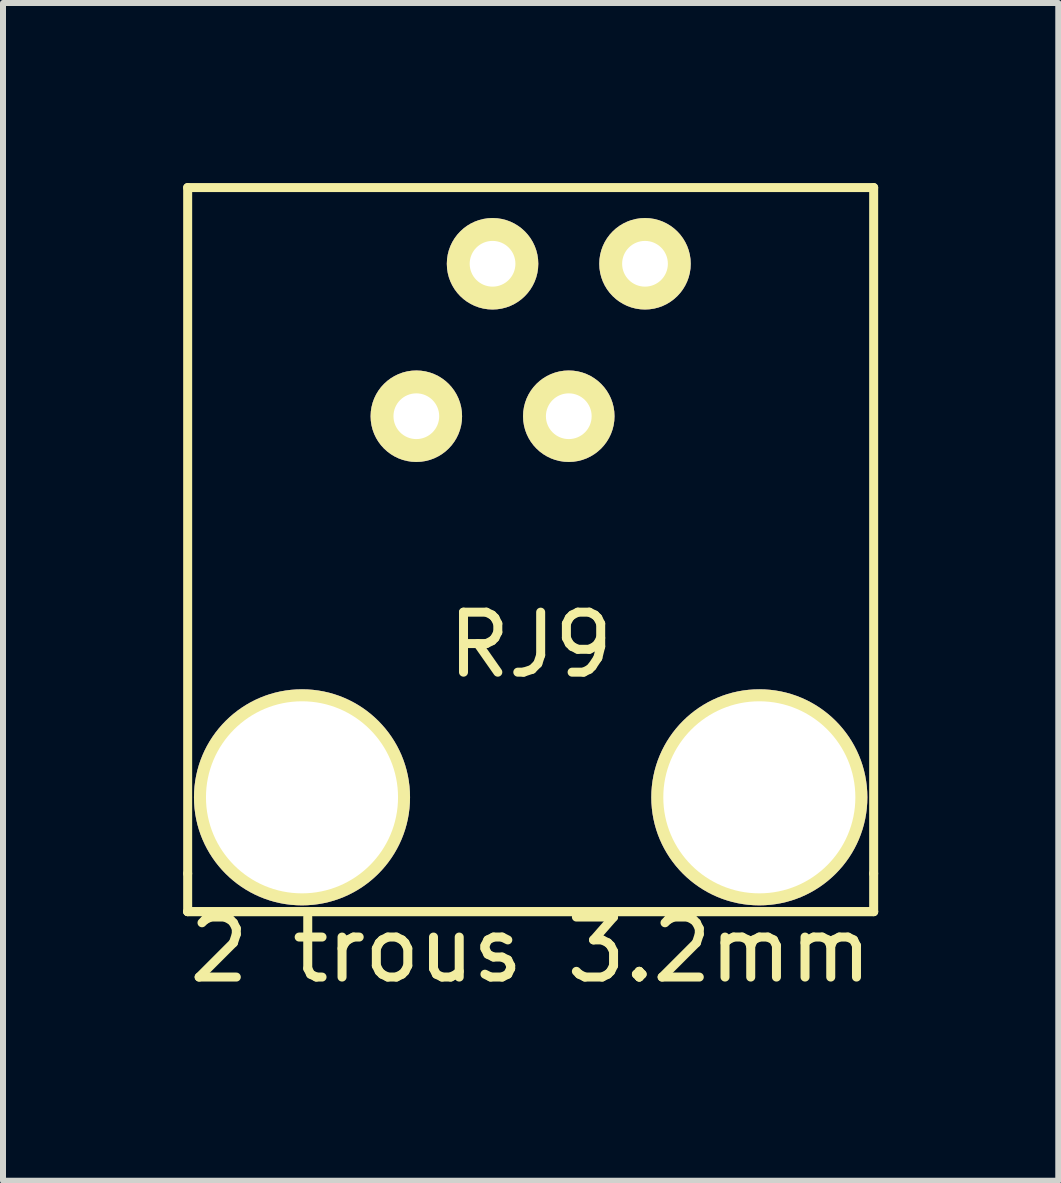
<source format=kicad_pcb>
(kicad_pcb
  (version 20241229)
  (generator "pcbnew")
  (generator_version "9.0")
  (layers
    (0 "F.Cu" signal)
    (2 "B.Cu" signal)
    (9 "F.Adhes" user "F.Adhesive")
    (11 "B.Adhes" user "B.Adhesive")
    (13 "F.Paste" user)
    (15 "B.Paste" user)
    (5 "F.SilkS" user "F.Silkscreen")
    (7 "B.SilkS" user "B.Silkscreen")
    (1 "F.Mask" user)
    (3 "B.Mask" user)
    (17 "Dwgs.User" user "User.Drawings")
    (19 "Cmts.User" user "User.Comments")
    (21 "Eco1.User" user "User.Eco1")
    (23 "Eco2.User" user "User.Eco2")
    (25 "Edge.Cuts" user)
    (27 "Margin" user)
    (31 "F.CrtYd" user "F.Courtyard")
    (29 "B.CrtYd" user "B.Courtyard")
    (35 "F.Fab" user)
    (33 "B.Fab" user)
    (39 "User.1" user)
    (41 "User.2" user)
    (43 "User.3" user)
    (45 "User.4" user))
  (footprint "RJ9"
    (layer "F.Cu")
    (at 5.792 10.235)
    (property "Reference" "RJ9" (at 0 -2.54 0) (layer "F.SilkS") (effects (font (size 1 1) (thickness 0.15))))
    (attr through_hole)
    (fp_line (start -5.715 -10.16) (end 5.715 -10.16) (stroke (width 0.15) (type solid)) (layer "F.SilkS"))
    (fp_line (start -5.715 1.27) (end -5.715 -10.16) (stroke (width 0.15) (type solid)) (layer "F.SilkS"))
    (fp_line (start -5.715 1.27) (end -5.715 1.905) (stroke (width 0.15) (type solid)) (layer "F.SilkS"))
    (fp_line (start -5.715 1.905) (end 5.715 1.905) (stroke (width 0.15) (type solid)) (layer "F.SilkS"))
    (fp_line (start 5.715 -10.16) (end 5.715 1.27) (stroke (width 0.15) (type solid)) (layer "F.SilkS"))
    (fp_line (start 5.715 1.905) (end -5.715 1.905) (stroke (width 0.15) (type solid)) (layer "F.SilkS"))
    (fp_line (start 5.715 1.905) (end 5.715 1.27) (stroke (width 0.15) (type solid)) (layer "F.SilkS"))
    (fp_text user "2 trous 3.2mm" (at 0 2.54 0) (layer "F.SilkS") (effects (font (size 1 1) (thickness 0.15))))
    (pad "" thru_hole circle (at -3.81 0) (size 3.6 3.6) (drill 3.2) (layers "*.Cu" "*.Mask" "F.SilkS"))
    (pad "" thru_hole circle (at 3.81 0) (size 3.6 3.6) (drill 3.2) (layers "*.Cu" "*.Mask" "F.SilkS"))
    (pad "1" thru_hole circle (at 1.905 -8.89) (size 1.524 1.524) (drill 0.762) (layers "*.Cu" "*.Mask" "F.SilkS"))
    (pad "2" thru_hole circle (at 0.635 -6.35) (size 1.524 1.524) (drill 0.762) (layers "*.Cu" "*.Mask" "F.SilkS"))
    (pad "3" thru_hole circle (at -0.635 -8.89) (size 1.524 1.524) (drill 0.762) (layers "*.Cu" "*.Mask" "F.SilkS"))
    (pad "4" thru_hole circle (at -1.905 -6.35) (size 1.524 1.524) (drill 0.762) (layers "*.Cu" "*.Mask" "F.SilkS")))
  (gr_rect
    (start -3 -3)
    (end 14.583 16.623)
    (stroke (width 0.1) (type default))
    (fill no)
    (layer "Edge.Cuts")))
</source>
